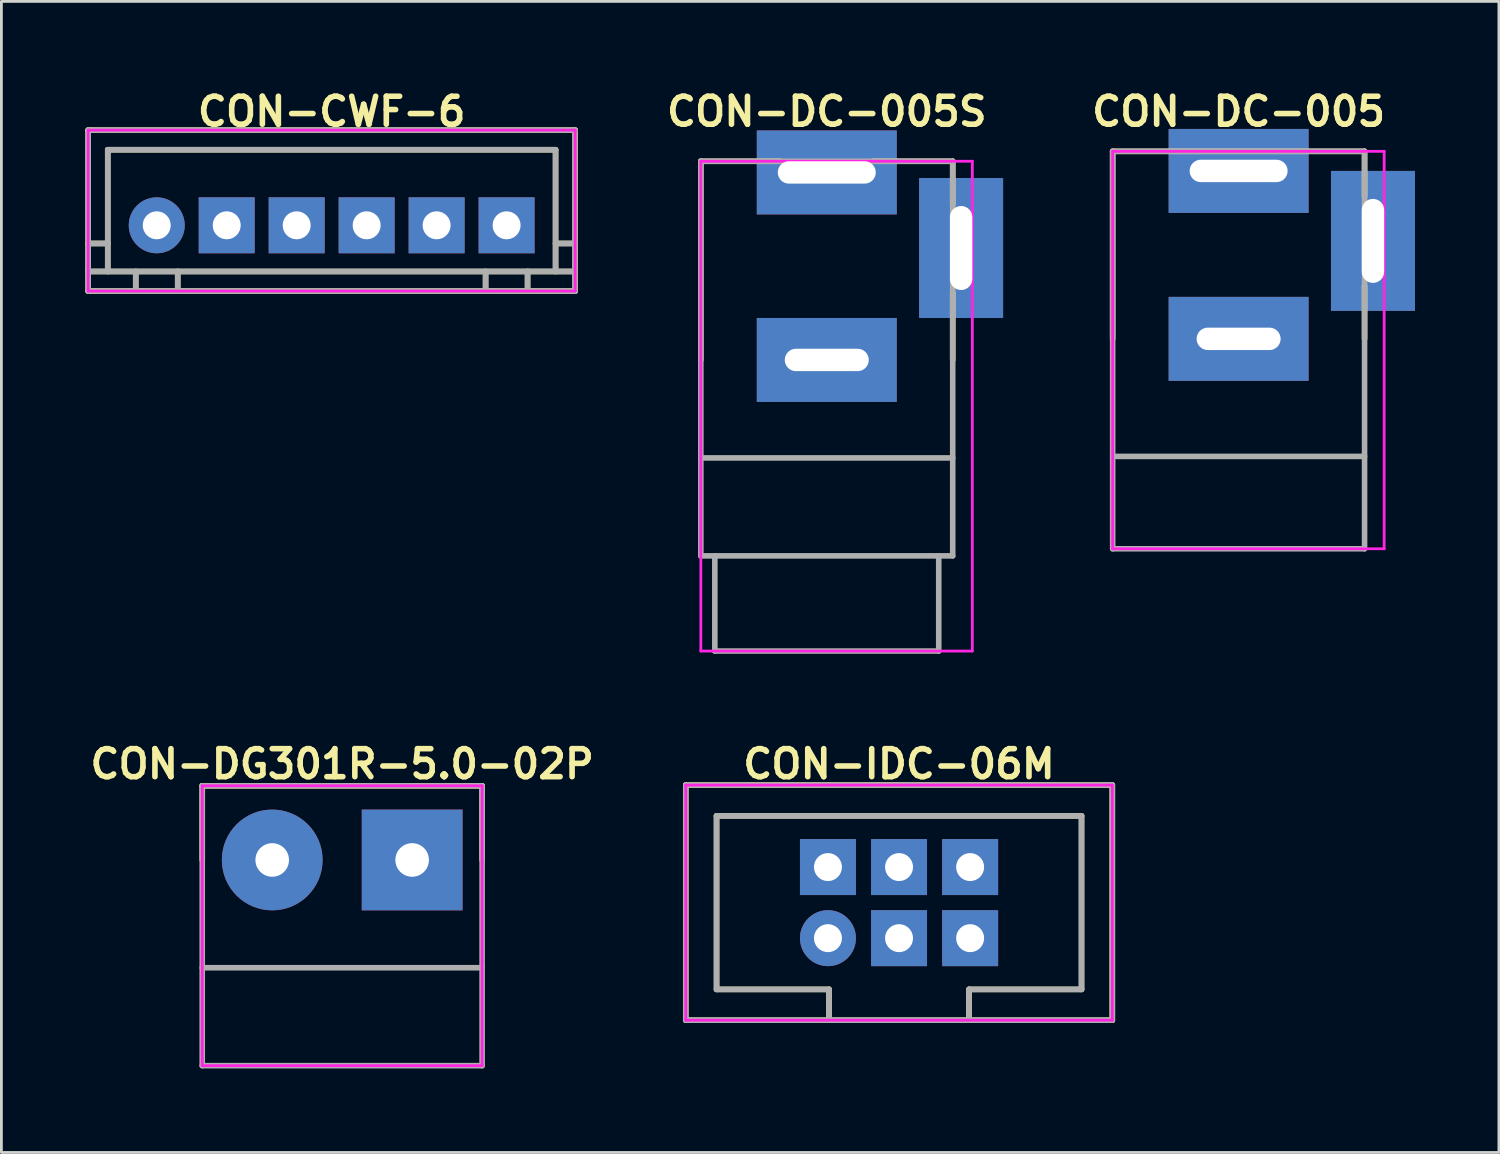
<source format=kicad_pcb>
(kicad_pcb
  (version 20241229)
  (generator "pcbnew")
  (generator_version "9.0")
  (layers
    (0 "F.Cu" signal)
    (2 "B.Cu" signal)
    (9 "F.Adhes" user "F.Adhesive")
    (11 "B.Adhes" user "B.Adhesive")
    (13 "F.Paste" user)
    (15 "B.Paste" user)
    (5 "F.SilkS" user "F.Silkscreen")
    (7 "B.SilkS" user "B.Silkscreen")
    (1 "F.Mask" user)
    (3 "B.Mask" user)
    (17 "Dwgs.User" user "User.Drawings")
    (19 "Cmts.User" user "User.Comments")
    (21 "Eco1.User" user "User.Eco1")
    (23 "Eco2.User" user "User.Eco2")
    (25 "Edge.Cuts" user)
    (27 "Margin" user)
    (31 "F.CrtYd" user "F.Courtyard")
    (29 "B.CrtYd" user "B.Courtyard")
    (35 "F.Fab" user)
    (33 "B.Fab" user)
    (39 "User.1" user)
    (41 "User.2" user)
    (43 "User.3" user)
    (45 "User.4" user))
  (footprint "CON-IDC-06M"
    (layer "F.Cu")
    (at 29.072 29.2)
    (property "Reference" "CON-IDC-06M" (at 0 -4.953 0) (layer "F.SilkS") (effects (font (size 1 1) (thickness 0.2))))
    (attr through_hole)
    (fp_line (start -7.62 -4.2) (end -7.62 4.2) (stroke (width 0.2) (type solid)) (layer "F.SilkS"))
    (fp_line (start -7.62 -4.2) (end 7.62 -4.2) (stroke (width 0.2) (type solid)) (layer "F.SilkS"))
    (fp_line (start -7.62 4.2) (end 7.62 4.2) (stroke (width 0.2) (type solid)) (layer "F.SilkS"))
    (fp_line (start -6.52 -3.1) (end -6.52 3.1) (stroke (width 0.2) (type solid)) (layer "F.SilkS"))
    (fp_line (start -6.52 -3.1) (end 6.52 -3.1) (stroke (width 0.2) (type solid)) (layer "F.SilkS"))
    (fp_line (start -6.52 3.1) (end -2.5 3.1) (stroke (width 0.2) (type solid)) (layer "F.SilkS"))
    (fp_line (start -2.5 3.1) (end -2.5 4.2) (stroke (width 0.2) (type solid)) (layer "F.SilkS"))
    (fp_line (start 2.5 3.1) (end 2.5 4.2) (stroke (width 0.2) (type solid)) (layer "F.SilkS"))
    (fp_line (start 2.5 3.1) (end 6.52 3.1) (stroke (width 0.2) (type solid)) (layer "F.SilkS"))
    (fp_line (start 6.52 -3.1) (end 6.52 3.1) (stroke (width 0.2) (type solid)) (layer "F.SilkS"))
    (fp_line (start 7.62 -4.2) (end 7.62 4.2) (stroke (width 0.2) (type solid)) (layer "F.SilkS"))
    (fp_line (start -7.62 -4.2) (end -7.62 4.2) (stroke (width 0.1) (type solid)) (layer "F.CrtYd"))
    (fp_line (start -7.62 -4.2) (end 7.62 -4.2) (stroke (width 0.1) (type solid)) (layer "F.CrtYd"))
    (fp_line (start -7.62 4.2) (end 7.62 4.2) (stroke (width 0.1) (type solid)) (layer "F.CrtYd"))
    (fp_line (start 7.62 -4.2) (end 7.62 4.2) (stroke (width 0.1) (type solid)) (layer "F.CrtYd"))
    (fp_line (start -7.62 -4.2) (end -7.62 4.2) (stroke (width 0.2) (type solid)) (layer "F.Fab"))
    (fp_line (start -7.62 -4.2) (end 7.62 -4.2) (stroke (width 0.2) (type solid)) (layer "F.Fab"))
    (fp_line (start -7.62 4.2) (end 7.62 4.2) (stroke (width 0.2) (type solid)) (layer "F.Fab"))
    (fp_line (start -6.52 -3.1) (end -6.52 3.1) (stroke (width 0.2) (type solid)) (layer "F.Fab"))
    (fp_line (start -6.52 -3.1) (end 6.52 -3.1) (stroke (width 0.2) (type solid)) (layer "F.Fab"))
    (fp_line (start -6.52 3.1) (end -2.5 3.1) (stroke (width 0.2) (type solid)) (layer "F.Fab"))
    (fp_line (start -2.5 3.1) (end -2.5 4.2) (stroke (width 0.2) (type solid)) (layer "F.Fab"))
    (fp_line (start 2.5 3.1) (end 2.5 4.2) (stroke (width 0.2) (type solid)) (layer "F.Fab"))
    (fp_line (start 2.5 3.1) (end 6.52 3.1) (stroke (width 0.2) (type solid)) (layer "F.Fab"))
    (fp_line (start 6.52 -3.1) (end 6.52 3.1) (stroke (width 0.2) (type solid)) (layer "F.Fab"))
    (fp_line (start 7.62 -4.2) (end 7.62 4.2) (stroke (width 0.2) (type solid)) (layer "F.Fab"))
    (pad "1" thru_hole circle (at -2.54 1.27) (size 2 2) (drill 1) (layers "B.Cu" "B.Mask"))
    (pad "2" thru_hole rect (at -2.54 -1.27) (size 2 2) (drill 1) (layers "B.Cu" "B.Mask"))
    (pad "3" thru_hole rect (at 0 1.27) (size 2 2) (drill 1) (layers "B.Cu" "B.Mask"))
    (pad "4" thru_hole rect (at 0 -1.27) (size 2 2) (drill 1) (layers "B.Cu" "B.Mask"))
    (pad "5" thru_hole rect (at 2.54 1.27) (size 2 2) (drill 1) (layers "B.Cu" "B.Mask"))
    (pad "6" thru_hole rect (at 2.54 -1.27) (size 2 2) (drill 1) (layers "B.Cu" "B.Mask")))
  (footprint "CON-DC-005S"
    (layer "F.Cu")
    (at 26.49 16.811)
    (property "Reference" "CON-DC-005S" (at 0 -15.875 0) (layer "F.SilkS") (effects (font (size 1 1) (thickness 0.2))))
    (attr through_hole)
    (fp_line (start -4.5 -14.1) (end -4.5 -7) (stroke (width 0.2) (type solid)) (layer "F.SilkS"))
    (fp_line (start -4.5 -14.1) (end -1.651 -14.1) (stroke (width 0.2) (type solid)) (layer "F.SilkS"))
    (fp_line (start 1.651 -14.1) (end 4.5 -14.1) (stroke (width 0.2) (type solid)) (layer "F.SilkS"))
    (fp_line (start 4.5 -14.1) (end 4.5 -12.573) (stroke (width 0.2) (type solid)) (layer "F.SilkS"))
    (fp_line (start 4.5 -9.398) (end 4.5 -7) (stroke (width 0.2) (type solid)) (layer "F.SilkS"))
    (fp_line (start -4.5 -14.1) (end -4.5 3.4) (stroke (width 0.1) (type solid)) (layer "F.CrtYd"))
    (fp_line (start -4.5 -14.1) (end 5.2 -14.1) (stroke (width 0.1) (type solid)) (layer "F.CrtYd"))
    (fp_line (start -4.5 3.4) (end 5.2 3.4) (stroke (width 0.1) (type solid)) (layer "F.CrtYd"))
    (fp_line (start 5.2 -14.1) (end 5.2 3.4) (stroke (width 0.1) (type solid)) (layer "F.CrtYd"))
    (fp_line (start -4.5 -14.1) (end -4.5 0) (stroke (width 0.2) (type solid)) (layer "F.Fab"))
    (fp_line (start -4.5 -14.1) (end 4.5 -14.1) (stroke (width 0.2) (type solid)) (layer "F.Fab"))
    (fp_line (start -4.5 -3.5) (end 4.5 -3.5) (stroke (width 0.2) (type solid)) (layer "F.Fab"))
    (fp_line (start -4.5 0) (end 4.5 0) (stroke (width 0.2) (type solid)) (layer "F.Fab"))
    (fp_line (start -4 0) (end -4 3.4) (stroke (width 0.2) (type solid)) (layer "F.Fab"))
    (fp_line (start -4 3.4) (end 4 3.4) (stroke (width 0.2) (type solid)) (layer "F.Fab"))
    (fp_line (start 4 0) (end 4 3.4) (stroke (width 0.2) (type solid)) (layer "F.Fab"))
    (fp_line (start 4.5 -14.1) (end 4.5 0) (stroke (width 0.2) (type solid)) (layer "F.Fab"))
    (pad "C" thru_hole rect (at 0 -13.7) (size 5 3) (drill oval 3.5 0.8) (layers "B.Cu" "B.Mask"))
    (pad "S" thru_hole rect (at 0 -7) (size 5 3) (drill oval 3 0.8) (layers "B.Cu" "B.Mask"))
    (pad "SN" thru_hole rect (at 4.8 -11) (size 3 5) (drill oval 0.8 3) (layers "B.Cu" "B.Mask")))
  (footprint "CON-CWF-6"
    (layer "F.Cu")
    (at 8.8 5)
    (property "Reference" "CON-CWF-6" (at 0 -4.064 0) (layer "F.SilkS") (effects (font (size 1 1) (thickness 0.2))))
    (attr through_hole)
    (fp_line (start -8.7 -3.4) (end -8.7 2.35) (stroke (width 0.2) (type solid)) (layer "F.SilkS"))
    (fp_line (start -8.7 -3.4) (end 8.7 -3.4) (stroke (width 0.2) (type solid)) (layer "F.SilkS"))
    (fp_line (start -8.7 0.65) (end -8 0.65) (stroke (width 0.2) (type solid)) (layer "F.SilkS"))
    (fp_line (start -8.7 1.65) (end 8.7 1.65) (stroke (width 0.2) (type solid)) (layer "F.SilkS"))
    (fp_line (start -8.7 2.35) (end 8.7 2.35) (stroke (width 0.2) (type solid)) (layer "F.SilkS"))
    (fp_line (start -8 -2.7) (end -8 1.65) (stroke (width 0.2) (type solid)) (layer "F.SilkS"))
    (fp_line (start -8 -2.7) (end 8 -2.7) (stroke (width 0.2) (type solid)) (layer "F.SilkS"))
    (fp_line (start -7 1.65) (end -7 2.35) (stroke (width 0.2) (type solid)) (layer "F.SilkS"))
    (fp_line (start -5.5 1.65) (end -5.5 2.35) (stroke (width 0.2) (type solid)) (layer "F.SilkS"))
    (fp_line (start 5.5 1.65) (end 5.5 2.35) (stroke (width 0.2) (type solid)) (layer "F.SilkS"))
    (fp_line (start 7 1.65) (end 7 2.35) (stroke (width 0.2) (type solid)) (layer "F.SilkS"))
    (fp_line (start 8 -2.7) (end 8 1.65) (stroke (width 0.2) (type solid)) (layer "F.SilkS"))
    (fp_line (start 8 0.65) (end 8.7 0.65) (stroke (width 0.2) (type solid)) (layer "F.SilkS"))
    (fp_line (start 8.7 -3.4) (end 8.7 2.35) (stroke (width 0.2) (type solid)) (layer "F.SilkS"))
    (fp_line (start -8.7 -3.4) (end -8.7 2.35) (stroke (width 0.1) (type solid)) (layer "F.CrtYd"))
    (fp_line (start -8.7 -3.4) (end 8.7 -3.4) (stroke (width 0.1) (type solid)) (layer "F.CrtYd"))
    (fp_line (start -8.7 2.35) (end 8.7 2.35) (stroke (width 0.1) (type solid)) (layer "F.CrtYd"))
    (fp_line (start 8.7 -3.4) (end 8.7 2.35) (stroke (width 0.1) (type solid)) (layer "F.CrtYd"))
    (fp_line (start -8.7 -3.4) (end -8.7 2.35) (stroke (width 0.2) (type solid)) (layer "F.Fab"))
    (fp_line (start -8.7 -3.4) (end 8.7 -3.4) (stroke (width 0.2) (type solid)) (layer "F.Fab"))
    (fp_line (start -8.7 0.65) (end -8 0.65) (stroke (width 0.2) (type solid)) (layer "F.Fab"))
    (fp_line (start -8.7 1.65) (end 8.7 1.65) (stroke (width 0.2) (type solid)) (layer "F.Fab"))
    (fp_line (start -8.7 2.35) (end 8.7 2.35) (stroke (width 0.2) (type solid)) (layer "F.Fab"))
    (fp_line (start -8 -2.7) (end -8 1.65) (stroke (width 0.2) (type solid)) (layer "F.Fab"))
    (fp_line (start -8 -2.7) (end 8 -2.7) (stroke (width 0.2) (type solid)) (layer "F.Fab"))
    (fp_line (start -7 1.65) (end -7 2.35) (stroke (width 0.2) (type solid)) (layer "F.Fab"))
    (fp_line (start -5.5 1.65) (end -5.5 2.35) (stroke (width 0.2) (type solid)) (layer "F.Fab"))
    (fp_line (start 5.5 1.65) (end 5.5 2.35) (stroke (width 0.2) (type solid)) (layer "F.Fab"))
    (fp_line (start 7 1.65) (end 7 2.35) (stroke (width 0.2) (type solid)) (layer "F.Fab"))
    (fp_line (start 8 -2.7) (end 8 1.65) (stroke (width 0.2) (type solid)) (layer "F.Fab"))
    (fp_line (start 8 0.65) (end 8.7 0.65) (stroke (width 0.2) (type solid)) (layer "F.Fab"))
    (fp_line (start 8.7 -3.4) (end 8.7 2.35) (stroke (width 0.2) (type solid)) (layer "F.Fab"))
    (pad "1" thru_hole circle (at -6.25 0) (size 2 2) (drill 1) (layers "B.Cu" "B.Mask"))
    (pad "2" thru_hole rect (at -3.75 0) (size 2 2) (drill 1) (layers "B.Cu" "B.Mask"))
    (pad "3" thru_hole rect (at -1.25 0) (size 2 2) (drill 1) (layers "B.Cu" "B.Mask"))
    (pad "4" thru_hole rect (at 1.25 0) (size 2 2) (drill 1) (layers "B.Cu" "B.Mask"))
    (pad "5" thru_hole rect (at 3.75 0) (size 2 2) (drill 1) (layers "B.Cu" "B.Mask"))
    (pad "6" thru_hole rect (at 6.25 0) (size 2 2) (drill 1) (layers "B.Cu" "B.Mask")))
  (footprint "CON-DG301R-5.0-02P"
    (layer "F.Cu")
    (at 9.176 27.676)
    (property "Reference" "CON-DG301R-5.0-02P" (at 0 -3.429 0) (layer "F.SilkS") (effects (font (size 1 1) (thickness 0.2))))
    (attr through_hole)
    (fp_line (start -5 -2.65) (end -5 0) (stroke (width 0.2) (type solid)) (layer "F.SilkS"))
    (fp_line (start -5 -2.65) (end 5 -2.65) (stroke (width 0.2) (type solid)) (layer "F.SilkS"))
    (fp_line (start 5 -2.65) (end 5 0) (stroke (width 0.2) (type solid)) (layer "F.SilkS"))
    (fp_line (start -5 -2.65) (end -5 7.35) (stroke (width 0.1) (type solid)) (layer "F.CrtYd"))
    (fp_line (start -5 -2.65) (end 5 -2.65) (stroke (width 0.1) (type solid)) (layer "F.CrtYd"))
    (fp_line (start -5 7.35) (end 5 7.35) (stroke (width 0.1) (type solid)) (layer "F.CrtYd"))
    (fp_line (start 5 -2.65) (end 5 7.35) (stroke (width 0.1) (type solid)) (layer "F.CrtYd"))
    (fp_line (start -5 -2.65) (end -5 7.35) (stroke (width 0.2) (type solid)) (layer "F.Fab"))
    (fp_line (start -5 -2.65) (end 5 -2.65) (stroke (width 0.2) (type solid)) (layer "F.Fab"))
    (fp_line (start -5 3.85) (end 5 3.85) (stroke (width 0.2) (type solid)) (layer "F.Fab"))
    (fp_line (start -5 7.35) (end 5 7.35) (stroke (width 0.2) (type solid)) (layer "F.Fab"))
    (fp_line (start 5 -2.65) (end 5 7.35) (stroke (width 0.2) (type solid)) (layer "F.Fab"))
    (pad "1" thru_hole circle (at -2.5 0) (size 3.6 3.6) (drill 1.2) (layers "B.Cu" "B.Mask"))
    (pad "2" thru_hole rect (at 2.5 0) (size 3.6 3.6) (drill 1.2) (layers "B.Cu" "B.Mask")))
  (footprint "CON-DC-005"
    (layer "F.Cu")
    (at 41.205 16.557)
    (property "Reference" "CON-DC-005" (at 0 -15.621 0) (layer "F.SilkS") (effects (font (size 1 1) (thickness 0.2))))
    (attr through_hole)
    (fp_line (start -4.5 -14.2) (end -4.5 -7.5) (stroke (width 0.2) (type solid)) (layer "F.SilkS"))
    (fp_line (start -4.5 -14.2) (end 4.5 -14.2) (stroke (width 0.2) (type solid)) (layer "F.SilkS"))
    (fp_line (start 4.5 -14.2) (end 4.5 -12.573) (stroke (width 0.2) (type solid)) (layer "F.SilkS"))
    (fp_line (start 4.5 -9.398) (end 4.5 -7.5) (stroke (width 0.2) (type solid)) (layer "F.SilkS"))
    (fp_line (start -4.5 -14.2) (end -4.5 0) (stroke (width 0.1) (type solid)) (layer "F.CrtYd"))
    (fp_line (start -4.5 -14.2) (end 5.2 -14.2) (stroke (width 0.1) (type solid)) (layer "F.CrtYd"))
    (fp_line (start -4.5 0) (end 5.2 0) (stroke (width 0.1) (type solid)) (layer "F.CrtYd"))
    (fp_line (start 5.2 -14.2) (end 5.2 0) (stroke (width 0.1) (type solid)) (layer "F.CrtYd"))
    (fp_line (start -4.5 -14.2) (end -4.5 0) (stroke (width 0.2) (type solid)) (layer "F.Fab"))
    (fp_line (start -4.5 -14.2) (end 4.5 -14.2) (stroke (width 0.2) (type solid)) (layer "F.Fab"))
    (fp_line (start -4.5 -3.3) (end 4.5 -3.3) (stroke (width 0.2) (type solid)) (layer "F.Fab"))
    (fp_line (start -4.5 0) (end 4.5 0) (stroke (width 0.2) (type solid)) (layer "F.Fab"))
    (fp_line (start 4.5 -14.2) (end 4.5 0) (stroke (width 0.2) (type solid)) (layer "F.Fab"))
    (pad "C" thru_hole rect (at 0 -13.5) (size 5 3) (drill oval 3.5 0.8) (layers "B.Cu" "B.Mask"))
    (pad "S" thru_hole rect (at 0 -7.5) (size 5 3) (drill oval 3 0.8) (layers "B.Cu" "B.Mask"))
    (pad "SN" thru_hole rect (at 4.8 -11) (size 3 5) (drill oval 0.8 3) (layers "B.Cu" "B.Mask")))
  (gr_rect
    (start -3 -3)
    (end 50.505 38.126)
    (stroke (width 0.1) (type default))
    (fill no)
    (layer "Edge.Cuts")))
</source>
